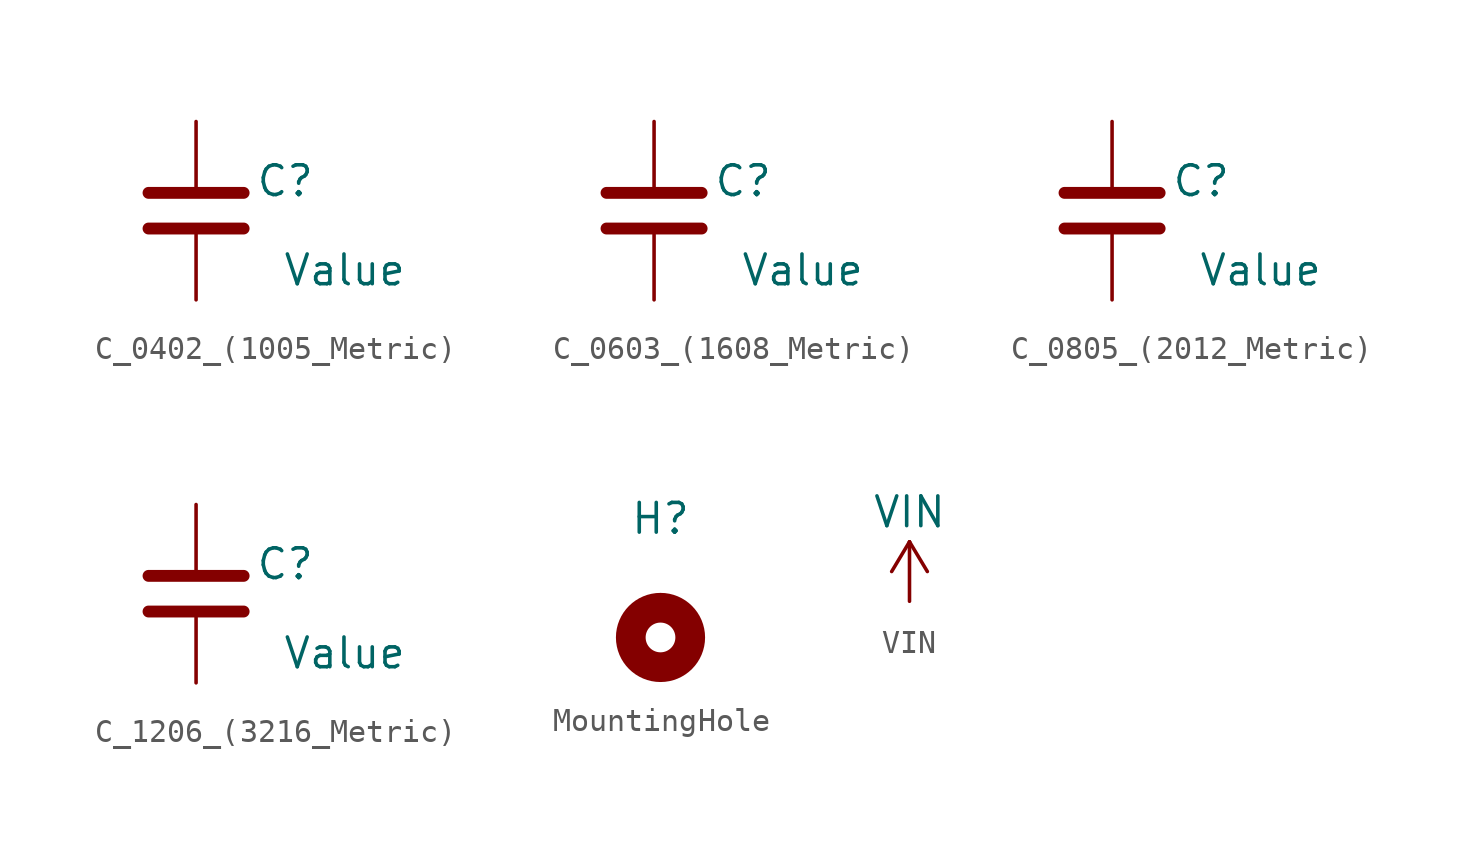
<source format=kicad_sym>
(kicad_symbol_lib
  (version 20220914)
  (generator kicad_symbol_editor)
  (symbol "C_0402_(1005_Metric)"
    (pin_numbers hide)
    (pin_names hide)
    (property "Reference" "C"
      (at 3.81 1.27 0)
      (effects (font (size 1.27 1.27))))
    (property "Value" "Value"
      (at 6.35 -2.54 0)
      (effects (font (size 1.27 1.27))))
    (symbol "C_0402_(1005_Metric)_0_1"
      (polyline (pts (xy -2.032 -0.762) (xy 2.032 -0.762)) (stroke (width 0.508) (type default)) (fill (type none)))
      (polyline (pts (xy -2.032 0.762) (xy 2.032 0.762)) (stroke (width 0.508) (type default)) (fill (type none))))
    (symbol "C_0402_(1005_Metric)_1_1"
      (pin passive line (at 0 3.81 270) (length 2.794) (name "~" (effects (font (size 1.27 1.27)))) (number "1" (effects (font (size 1.27 1.27)))))
      (pin passive line (at 0 -3.81 90) (length 2.794) (name "~" (effects (font (size 1.27 1.27)))) (number "2" (effects (font (size 1.27 1.27)))))))
  (symbol "C_0603_(1608_Metric)"
    (pin_numbers hide)
    (pin_names hide)
    (property "Reference" "C"
      (at 3.81 1.27 0)
      (effects (font (size 1.27 1.27))))
    (property "Value" "Value"
      (at 6.35 -2.54 0)
      (effects (font (size 1.27 1.27))))
    (symbol "C_0603_(1608_Metric)_0_1"
      (polyline (pts (xy -2.032 -0.762) (xy 2.032 -0.762)) (stroke (width 0.508) (type default)) (fill (type none)))
      (polyline (pts (xy -2.032 0.762) (xy 2.032 0.762)) (stroke (width 0.508) (type default)) (fill (type none))))
    (symbol "C_0603_(1608_Metric)_1_1"
      (pin passive line (at 0 3.81 270) (length 2.794) (name "~" (effects (font (size 1.27 1.27)))) (number "1" (effects (font (size 1.27 1.27)))))
      (pin passive line (at 0 -3.81 90) (length 2.794) (name "~" (effects (font (size 1.27 1.27)))) (number "2" (effects (font (size 1.27 1.27)))))))
  (symbol "C_0805_(2012_Metric)"
    (pin_numbers hide)
    (pin_names hide)
    (property "Reference" "C"
      (at 3.81 1.27 0)
      (effects (font (size 1.27 1.27))))
    (property "Value" "Value"
      (at 6.35 -2.54 0)
      (effects (font (size 1.27 1.27))))
    (symbol "C_0805_(2012_Metric)_0_1"
      (polyline (pts (xy -2.032 -0.762) (xy 2.032 -0.762)) (stroke (width 0.508) (type default)) (fill (type none)))
      (polyline (pts (xy -2.032 0.762) (xy 2.032 0.762)) (stroke (width 0.508) (type default)) (fill (type none))))
    (symbol "C_0805_(2012_Metric)_1_1"
      (pin passive line (at 0 3.81 270) (length 2.794) (name "~" (effects (font (size 1.27 1.27)))) (number "1" (effects (font (size 1.27 1.27)))))
      (pin passive line (at 0 -3.81 90) (length 2.794) (name "~" (effects (font (size 1.27 1.27)))) (number "2" (effects (font (size 1.27 1.27)))))))
  (symbol "C_1206_(3216_Metric)"
    (pin_numbers hide)
    (pin_names hide)
    (property "Reference" "C"
      (at 3.81 1.27 0)
      (effects (font (size 1.27 1.27))))
    (property "Value" "Value"
      (at 6.35 -2.54 0)
      (effects (font (size 1.27 1.27))))
    (symbol "C_1206_(3216_Metric)_0_1"
      (polyline (pts (xy -2.032 -0.762) (xy 2.032 -0.762)) (stroke (width 0.508) (type default)) (fill (type none)))
      (polyline (pts (xy -2.032 0.762) (xy 2.032 0.762)) (stroke (width 0.508) (type default)) (fill (type none))))
    (symbol "C_1206_(3216_Metric)_1_1"
      (pin passive line (at 0 3.81 270) (length 2.794) (name "~" (effects (font (size 1.27 1.27)))) (number "1" (effects (font (size 1.27 1.27)))))
      (pin passive line (at 0 -3.81 90) (length 2.794) (name "~" (effects (font (size 1.27 1.27)))) (number "2" (effects (font (size 1.27 1.27)))))))
  (symbol "MountingHole"
    (pin_names
      (offset 1.016))
    (property "Reference" "H"
      (at 0 5.08 0)
      (effects (font (size 1.27 1.27))))
    (symbol "MountingHole_0_1"
      (circle (center 0 0) (radius 1.27) (stroke (width 1.27) (type default)) (fill (type none)))))
  (symbol "VIN"
    (power)
    (property "Reference" "#PWRIN"
      (at 0 5.08 0)
      (effects (font (size 1.27 1.27)) hide))
    (property "Value" "VIN"
      (at 0 3.81 0)
      (effects (font (size 1.27 1.27))))
    (symbol "VIN_0_1"
      (polyline (pts (xy -0.762 1.27) (xy 0 2.54)) (stroke (width 0) (type default)) (fill (type none)))
      (polyline (pts (xy 0 0) (xy 0 2.54)) (stroke (width 0) (type default)) (fill (type none)))
      (polyline (pts (xy 0 2.54) (xy 0.762 1.27)) (stroke (width 0) (type default)) (fill (type none))))
    (symbol "VIN_1_1"
      (pin power_in line (at 0 0 90) (length 0) hide (name "VIN" (effects (font (size 1.27 1.27)))) (number "1" (effects (font (size 1.27 1.27))))))))
</source>
